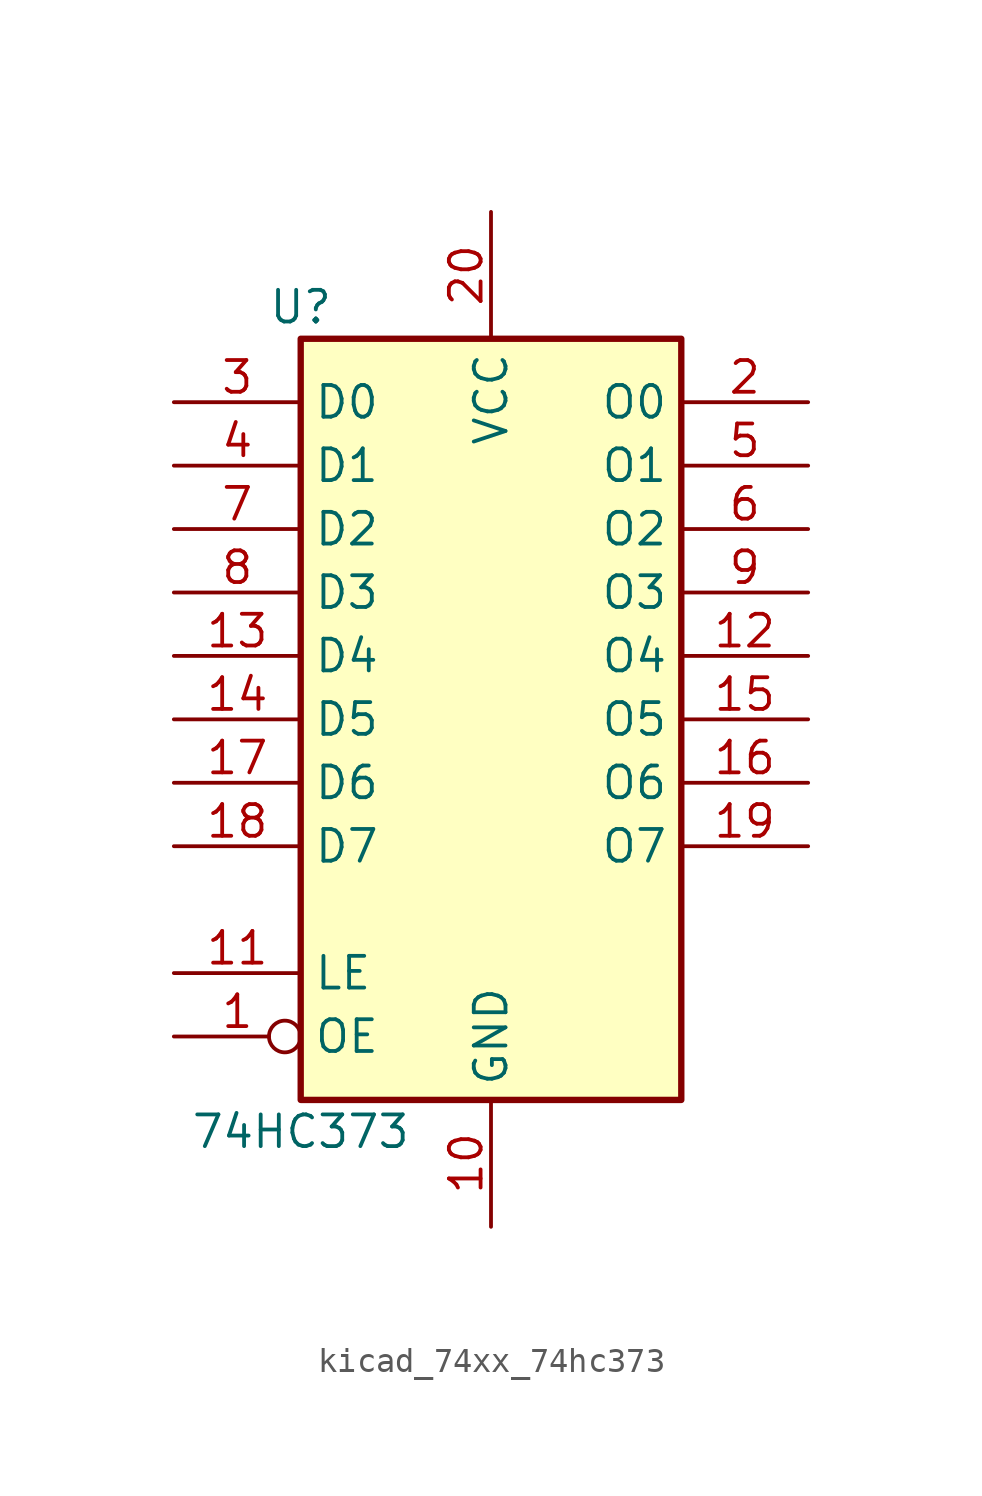
<source format=kicad_sym>
(kicad_symbol_lib
  (version 20220914)
  (generator kicad_symbol_editor)
  (symbol "kicad_74xx_74hc373"
    (property "Reference" "U"
      (at -7.62 16.51 0)
      (effects (font (size 1.27 1.27))))
    (property "Value" "74HC373"
      (at -7.62 -16.51 0)
      (effects (font (size 1.27 1.27))))
    (symbol "kicad_74xx_74hc373_1_0"
      (pin input inverted (at -12.7 -12.7 0) (length 5.08) (name "OE" (effects (font (size 1.27 1.27)))) (number "1" (effects (font (size 1.27 1.27)))))
      (pin power_in line (at 0 -20.32 90) (length 5.08) (name "GND" (effects (font (size 1.27 1.27)))) (number "10" (effects (font (size 1.27 1.27)))))
      (pin input line (at -12.7 -10.16 0) (length 5.08) (name "LE" (effects (font (size 1.27 1.27)))) (number "11" (effects (font (size 1.27 1.27)))))
      (pin tri_state line (at 12.7 2.54 180) (length 5.08) (name "O4" (effects (font (size 1.27 1.27)))) (number "12" (effects (font (size 1.27 1.27)))))
      (pin input line (at -12.7 2.54 0) (length 5.08) (name "D4" (effects (font (size 1.27 1.27)))) (number "13" (effects (font (size 1.27 1.27)))))
      (pin input line (at -12.7 0 0) (length 5.08) (name "D5" (effects (font (size 1.27 1.27)))) (number "14" (effects (font (size 1.27 1.27)))))
      (pin tri_state line (at 12.7 0 180) (length 5.08) (name "O5" (effects (font (size 1.27 1.27)))) (number "15" (effects (font (size 1.27 1.27)))))
      (pin tri_state line (at 12.7 -2.54 180) (length 5.08) (name "O6" (effects (font (size 1.27 1.27)))) (number "16" (effects (font (size 1.27 1.27)))))
      (pin input line (at -12.7 -2.54 0) (length 5.08) (name "D6" (effects (font (size 1.27 1.27)))) (number "17" (effects (font (size 1.27 1.27)))))
      (pin input line (at -12.7 -5.08 0) (length 5.08) (name "D7" (effects (font (size 1.27 1.27)))) (number "18" (effects (font (size 1.27 1.27)))))
      (pin tri_state line (at 12.7 -5.08 180) (length 5.08) (name "O7" (effects (font (size 1.27 1.27)))) (number "19" (effects (font (size 1.27 1.27)))))
      (pin tri_state line (at 12.7 12.7 180) (length 5.08) (name "O0" (effects (font (size 1.27 1.27)))) (number "2" (effects (font (size 1.27 1.27)))))
      (pin power_in line (at 0 20.32 270) (length 5.08) (name "VCC" (effects (font (size 1.27 1.27)))) (number "20" (effects (font (size 1.27 1.27)))))
      (pin input line (at -12.7 12.7 0) (length 5.08) (name "D0" (effects (font (size 1.27 1.27)))) (number "3" (effects (font (size 1.27 1.27)))))
      (pin input line (at -12.7 10.16 0) (length 5.08) (name "D1" (effects (font (size 1.27 1.27)))) (number "4" (effects (font (size 1.27 1.27)))))
      (pin tri_state line (at 12.7 10.16 180) (length 5.08) (name "O1" (effects (font (size 1.27 1.27)))) (number "5" (effects (font (size 1.27 1.27)))))
      (pin tri_state line (at 12.7 7.62 180) (length 5.08) (name "O2" (effects (font (size 1.27 1.27)))) (number "6" (effects (font (size 1.27 1.27)))))
      (pin input line (at -12.7 7.62 0) (length 5.08) (name "D2" (effects (font (size 1.27 1.27)))) (number "7" (effects (font (size 1.27 1.27)))))
      (pin input line (at -12.7 5.08 0) (length 5.08) (name "D3" (effects (font (size 1.27 1.27)))) (number "8" (effects (font (size 1.27 1.27)))))
      (pin tri_state line (at 12.7 5.08 180) (length 5.08) (name "O3" (effects (font (size 1.27 1.27)))) (number "9" (effects (font (size 1.27 1.27))))))
    (symbol "kicad_74xx_74hc373_1_1"
      (rectangle (start -7.62 15.24) (end 7.62 -15.24) (stroke (width 0.254) (type default)) (fill (type background))))))
</source>
